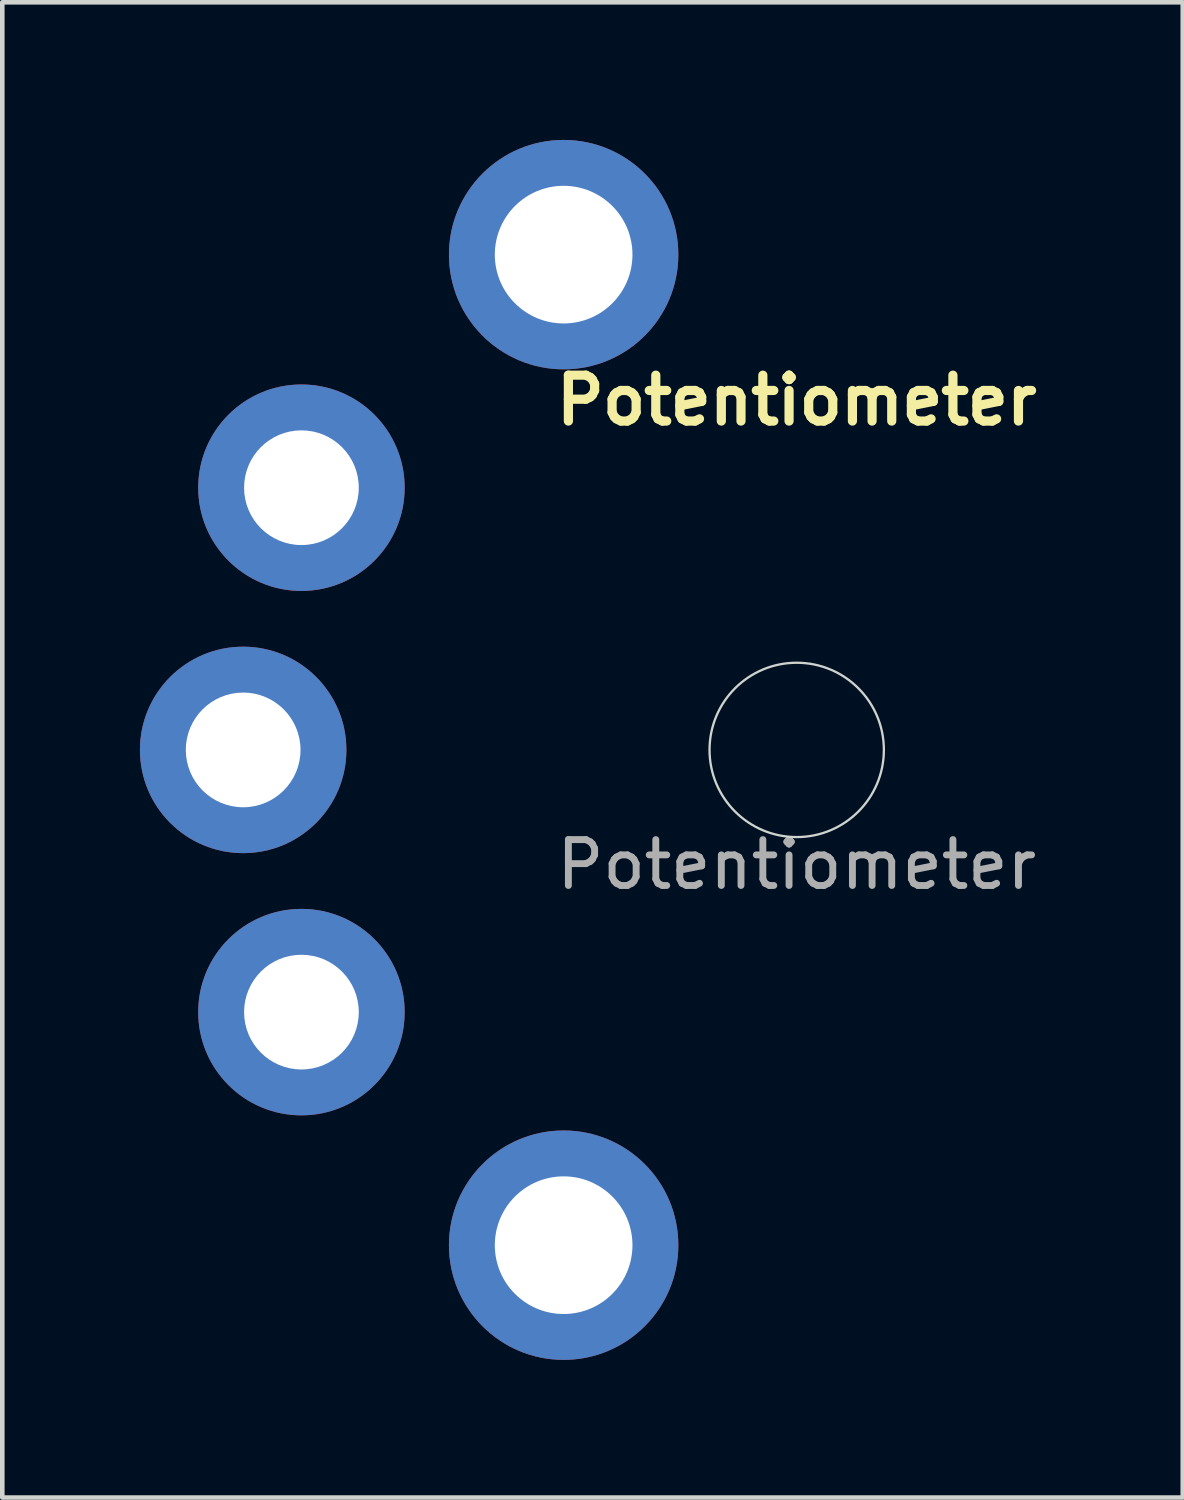
<source format=kicad_pcb>
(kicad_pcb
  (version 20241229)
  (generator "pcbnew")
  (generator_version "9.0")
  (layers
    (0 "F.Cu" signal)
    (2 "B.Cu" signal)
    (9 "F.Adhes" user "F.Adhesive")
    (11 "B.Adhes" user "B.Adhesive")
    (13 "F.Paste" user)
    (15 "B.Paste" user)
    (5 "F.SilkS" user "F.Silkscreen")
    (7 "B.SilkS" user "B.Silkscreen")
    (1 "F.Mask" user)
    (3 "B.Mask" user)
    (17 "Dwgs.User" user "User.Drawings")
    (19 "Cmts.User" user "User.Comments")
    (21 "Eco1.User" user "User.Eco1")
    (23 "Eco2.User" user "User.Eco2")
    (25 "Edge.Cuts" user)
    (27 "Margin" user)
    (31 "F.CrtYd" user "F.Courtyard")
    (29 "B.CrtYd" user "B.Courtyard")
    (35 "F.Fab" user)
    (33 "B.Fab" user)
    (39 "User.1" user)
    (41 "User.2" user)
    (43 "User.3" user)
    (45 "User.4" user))
  (footprint "Potentiometer"
    (layer "F.Cu")
    (at 14.315 13.295)
    (property "Reference" "Potentiometer" (at 0 -7.62 0) (unlocked yes) (layer "F.SilkS") (effects (font (size 1 1) (thickness 0.2))))
    (attr through_hole)
    (fp_circle (center 0 0) (end 1.9 0) (stroke (width 0.05) (type default)) (fill no) (layer "Edge.Cuts"))
    (fp_text user "${REFERENCE}" (at 0 2.5 0) (unlocked yes) (layer "F.Fab") (effects (font (size 1 1) (thickness 0.15))))
    (pad "0" thru_hole circle (at -5.08 -10.795) (size 5 5) (drill 3) (layers "*.Cu" "*.Mask"))
    (pad "0" thru_hole circle (at -5.08 10.795) (size 5 5) (drill 3) (layers "*.Cu" "*.Mask"))
    (pad "1" thru_hole circle (at -10.795 -5.715) (size 4.5 4.5) (drill 2.5) (layers "*.Cu" "*.Mask"))
    (pad "2" thru_hole circle (at -12.065 0) (size 4.5 4.5) (drill 2.5) (layers "*.Cu" "*.Mask"))
    (pad "3" thru_hole circle (at -10.795 5.715) (size 4.5 4.5) (drill 2.5) (layers "*.Cu" "*.Mask")))
  (gr_rect
    (start -3 -3)
    (end 22.729 29.59)
    (stroke (width 0.1) (type default))
    (fill no)
    (layer "Edge.Cuts")))
</source>
